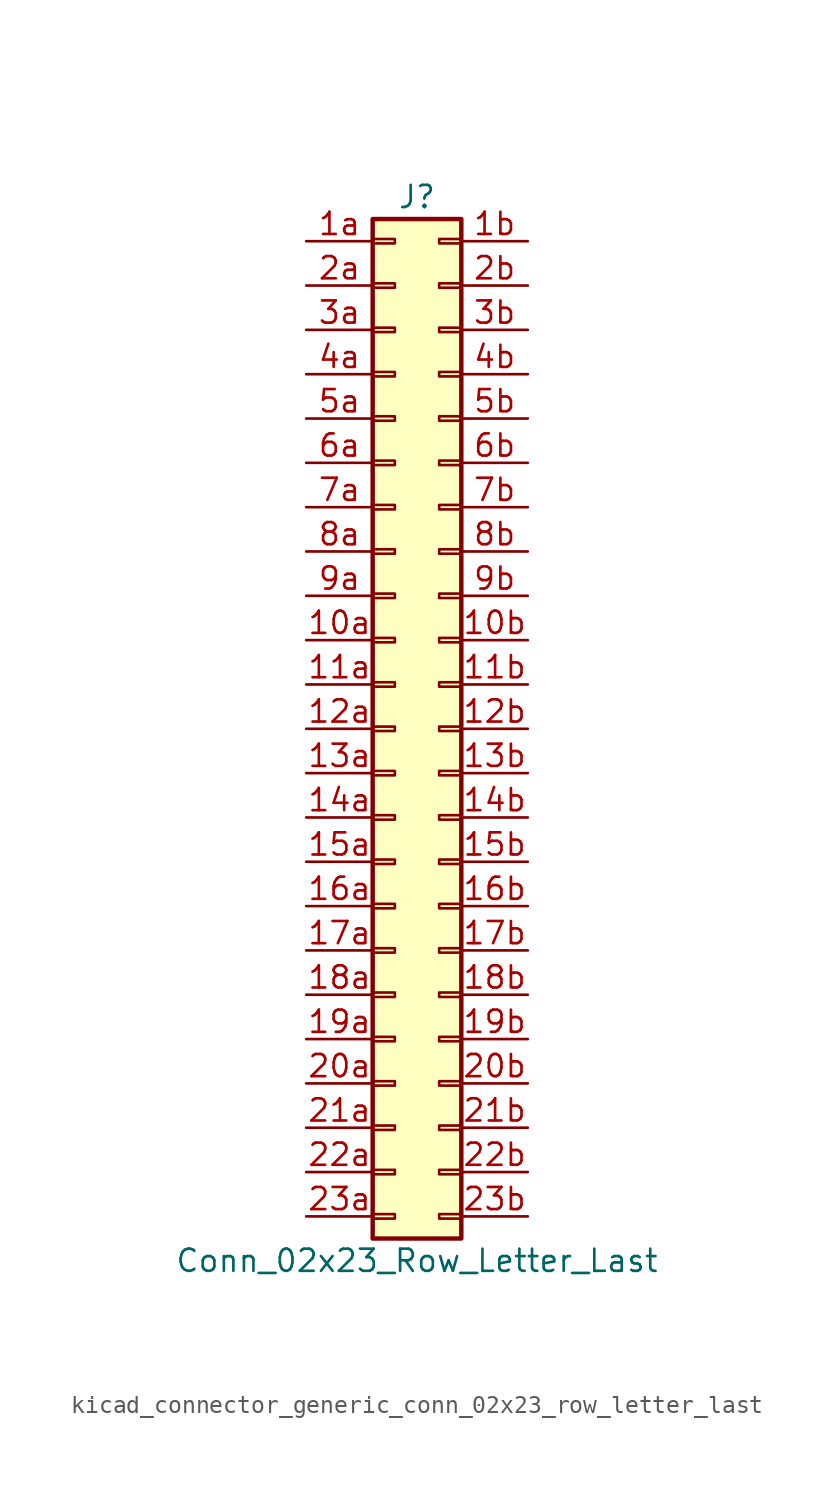
<source format=kicad_sym>
(kicad_symbol_lib
  (version 20220914)
  (generator kicad_symbol_editor)
  (symbol "kicad_connector_generic_conn_02x23_row_letter_last"
    (pin_names
      (offset 1.016) hide)
    (property "Reference" "J"
      (at 1.27 30.48 0)
      (effects (font (size 1.27 1.27))))
    (property "Value" "Conn_02x23_Row_Letter_Last"
      (at 1.27 -30.48 0)
      (effects (font (size 1.27 1.27))))
    (symbol "kicad_connector_generic_conn_02x23_row_letter_last_1_1"
      (rectangle (start -1.27 -27.813) (end 0 -28.067) (stroke (width 0.152) (type default)) (fill (type none)))
      (rectangle (start -1.27 -25.273) (end 0 -25.527) (stroke (width 0.152) (type default)) (fill (type none)))
      (rectangle (start -1.27 -22.733) (end 0 -22.987) (stroke (width 0.152) (type default)) (fill (type none)))
      (rectangle (start -1.27 -20.193) (end 0 -20.447) (stroke (width 0.152) (type default)) (fill (type none)))
      (rectangle (start -1.27 -17.653) (end 0 -17.907) (stroke (width 0.152) (type default)) (fill (type none)))
      (rectangle (start -1.27 -15.113) (end 0 -15.367) (stroke (width 0.152) (type default)) (fill (type none)))
      (rectangle (start -1.27 -12.573) (end 0 -12.827) (stroke (width 0.152) (type default)) (fill (type none)))
      (rectangle (start -1.27 -10.033) (end 0 -10.287) (stroke (width 0.152) (type default)) (fill (type none)))
      (rectangle (start -1.27 -7.493) (end 0 -7.747) (stroke (width 0.152) (type default)) (fill (type none)))
      (rectangle (start -1.27 -4.953) (end 0 -5.207) (stroke (width 0.152) (type default)) (fill (type none)))
      (rectangle (start -1.27 -2.413) (end 0 -2.667) (stroke (width 0.152) (type default)) (fill (type none)))
      (rectangle (start -1.27 0.127) (end 0 -0.127) (stroke (width 0.152) (type default)) (fill (type none)))
      (rectangle (start -1.27 2.667) (end 0 2.413) (stroke (width 0.152) (type default)) (fill (type none)))
      (rectangle (start -1.27 5.207) (end 0 4.953) (stroke (width 0.152) (type default)) (fill (type none)))
      (rectangle (start -1.27 7.747) (end 0 7.493) (stroke (width 0.152) (type default)) (fill (type none)))
      (rectangle (start -1.27 10.287) (end 0 10.033) (stroke (width 0.152) (type default)) (fill (type none)))
      (rectangle (start -1.27 12.827) (end 0 12.573) (stroke (width 0.152) (type default)) (fill (type none)))
      (rectangle (start -1.27 15.367) (end 0 15.113) (stroke (width 0.152) (type default)) (fill (type none)))
      (rectangle (start -1.27 17.907) (end 0 17.653) (stroke (width 0.152) (type default)) (fill (type none)))
      (rectangle (start -1.27 20.447) (end 0 20.193) (stroke (width 0.152) (type default)) (fill (type none)))
      (rectangle (start -1.27 22.987) (end 0 22.733) (stroke (width 0.152) (type default)) (fill (type none)))
      (rectangle (start -1.27 25.527) (end 0 25.273) (stroke (width 0.152) (type default)) (fill (type none)))
      (rectangle (start -1.27 28.067) (end 0 27.813) (stroke (width 0.152) (type default)) (fill (type none)))
      (rectangle (start -1.27 29.21) (end 3.81 -29.21) (stroke (width 0.254) (type default)) (fill (type background)))
      (rectangle (start 3.81 -27.813) (end 2.54 -28.067) (stroke (width 0.152) (type default)) (fill (type none)))
      (rectangle (start 3.81 -25.273) (end 2.54 -25.527) (stroke (width 0.152) (type default)) (fill (type none)))
      (rectangle (start 3.81 -22.733) (end 2.54 -22.987) (stroke (width 0.152) (type default)) (fill (type none)))
      (rectangle (start 3.81 -20.193) (end 2.54 -20.447) (stroke (width 0.152) (type default)) (fill (type none)))
      (rectangle (start 3.81 -17.653) (end 2.54 -17.907) (stroke (width 0.152) (type default)) (fill (type none)))
      (rectangle (start 3.81 -15.113) (end 2.54 -15.367) (stroke (width 0.152) (type default)) (fill (type none)))
      (rectangle (start 3.81 -12.573) (end 2.54 -12.827) (stroke (width 0.152) (type default)) (fill (type none)))
      (rectangle (start 3.81 -10.033) (end 2.54 -10.287) (stroke (width 0.152) (type default)) (fill (type none)))
      (rectangle (start 3.81 -7.493) (end 2.54 -7.747) (stroke (width 0.152) (type default)) (fill (type none)))
      (rectangle (start 3.81 -4.953) (end 2.54 -5.207) (stroke (width 0.152) (type default)) (fill (type none)))
      (rectangle (start 3.81 -2.413) (end 2.54 -2.667) (stroke (width 0.152) (type default)) (fill (type none)))
      (rectangle (start 3.81 0.127) (end 2.54 -0.127) (stroke (width 0.152) (type default)) (fill (type none)))
      (rectangle (start 3.81 2.667) (end 2.54 2.413) (stroke (width 0.152) (type default)) (fill (type none)))
      (rectangle (start 3.81 5.207) (end 2.54 4.953) (stroke (width 0.152) (type default)) (fill (type none)))
      (rectangle (start 3.81 7.747) (end 2.54 7.493) (stroke (width 0.152) (type default)) (fill (type none)))
      (rectangle (start 3.81 10.287) (end 2.54 10.033) (stroke (width 0.152) (type default)) (fill (type none)))
      (rectangle (start 3.81 12.827) (end 2.54 12.573) (stroke (width 0.152) (type default)) (fill (type none)))
      (rectangle (start 3.81 15.367) (end 2.54 15.113) (stroke (width 0.152) (type default)) (fill (type none)))
      (rectangle (start 3.81 17.907) (end 2.54 17.653) (stroke (width 0.152) (type default)) (fill (type none)))
      (rectangle (start 3.81 20.447) (end 2.54 20.193) (stroke (width 0.152) (type default)) (fill (type none)))
      (rectangle (start 3.81 22.987) (end 2.54 22.733) (stroke (width 0.152) (type default)) (fill (type none)))
      (rectangle (start 3.81 25.527) (end 2.54 25.273) (stroke (width 0.152) (type default)) (fill (type none)))
      (rectangle (start 3.81 28.067) (end 2.54 27.813) (stroke (width 0.152) (type default)) (fill (type none)))
      (pin passive line (at -5.08 5.08 0) (length 3.81) (name "Pin_10a" (effects (font (size 1.27 1.27)))) (number "10a" (effects (font (size 1.27 1.27)))))
      (pin passive line (at 7.62 5.08 180) (length 3.81) (name "Pin_10b" (effects (font (size 1.27 1.27)))) (number "10b" (effects (font (size 1.27 1.27)))))
      (pin passive line (at -5.08 2.54 0) (length 3.81) (name "Pin_11a" (effects (font (size 1.27 1.27)))) (number "11a" (effects (font (size 1.27 1.27)))))
      (pin passive line (at 7.62 2.54 180) (length 3.81) (name "Pin_11b" (effects (font (size 1.27 1.27)))) (number "11b" (effects (font (size 1.27 1.27)))))
      (pin passive line (at -5.08 0 0) (length 3.81) (name "Pin_12a" (effects (font (size 1.27 1.27)))) (number "12a" (effects (font (size 1.27 1.27)))))
      (pin passive line (at 7.62 0 180) (length 3.81) (name "Pin_12b" (effects (font (size 1.27 1.27)))) (number "12b" (effects (font (size 1.27 1.27)))))
      (pin passive line (at -5.08 -2.54 0) (length 3.81) (name "Pin_13a" (effects (font (size 1.27 1.27)))) (number "13a" (effects (font (size 1.27 1.27)))))
      (pin passive line (at 7.62 -2.54 180) (length 3.81) (name "Pin_13b" (effects (font (size 1.27 1.27)))) (number "13b" (effects (font (size 1.27 1.27)))))
      (pin passive line (at -5.08 -5.08 0) (length 3.81) (name "Pin_14a" (effects (font (size 1.27 1.27)))) (number "14a" (effects (font (size 1.27 1.27)))))
      (pin passive line (at 7.62 -5.08 180) (length 3.81) (name "Pin_14b" (effects (font (size 1.27 1.27)))) (number "14b" (effects (font (size 1.27 1.27)))))
      (pin passive line (at -5.08 -7.62 0) (length 3.81) (name "Pin_15a" (effects (font (size 1.27 1.27)))) (number "15a" (effects (font (size 1.27 1.27)))))
      (pin passive line (at 7.62 -7.62 180) (length 3.81) (name "Pin_15b" (effects (font (size 1.27 1.27)))) (number "15b" (effects (font (size 1.27 1.27)))))
      (pin passive line (at -5.08 -10.16 0) (length 3.81) (name "Pin_16a" (effects (font (size 1.27 1.27)))) (number "16a" (effects (font (size 1.27 1.27)))))
      (pin passive line (at 7.62 -10.16 180) (length 3.81) (name "Pin_16b" (effects (font (size 1.27 1.27)))) (number "16b" (effects (font (size 1.27 1.27)))))
      (pin passive line (at -5.08 -12.7 0) (length 3.81) (name "Pin_17a" (effects (font (size 1.27 1.27)))) (number "17a" (effects (font (size 1.27 1.27)))))
      (pin passive line (at 7.62 -12.7 180) (length 3.81) (name "Pin_17b" (effects (font (size 1.27 1.27)))) (number "17b" (effects (font (size 1.27 1.27)))))
      (pin passive line (at -5.08 -15.24 0) (length 3.81) (name "Pin_18a" (effects (font (size 1.27 1.27)))) (number "18a" (effects (font (size 1.27 1.27)))))
      (pin passive line (at 7.62 -15.24 180) (length 3.81) (name "Pin_18b" (effects (font (size 1.27 1.27)))) (number "18b" (effects (font (size 1.27 1.27)))))
      (pin passive line (at -5.08 -17.78 0) (length 3.81) (name "Pin_19a" (effects (font (size 1.27 1.27)))) (number "19a" (effects (font (size 1.27 1.27)))))
      (pin passive line (at 7.62 -17.78 180) (length 3.81) (name "Pin_19b" (effects (font (size 1.27 1.27)))) (number "19b" (effects (font (size 1.27 1.27)))))
      (pin passive line (at -5.08 27.94 0) (length 3.81) (name "Pin_1a" (effects (font (size 1.27 1.27)))) (number "1a" (effects (font (size 1.27 1.27)))))
      (pin passive line (at 7.62 27.94 180) (length 3.81) (name "Pin_1b" (effects (font (size 1.27 1.27)))) (number "1b" (effects (font (size 1.27 1.27)))))
      (pin passive line (at -5.08 -20.32 0) (length 3.81) (name "Pin_20a" (effects (font (size 1.27 1.27)))) (number "20a" (effects (font (size 1.27 1.27)))))
      (pin passive line (at 7.62 -20.32 180) (length 3.81) (name "Pin_20b" (effects (font (size 1.27 1.27)))) (number "20b" (effects (font (size 1.27 1.27)))))
      (pin passive line (at -5.08 -22.86 0) (length 3.81) (name "Pin_21a" (effects (font (size 1.27 1.27)))) (number "21a" (effects (font (size 1.27 1.27)))))
      (pin passive line (at 7.62 -22.86 180) (length 3.81) (name "Pin_21b" (effects (font (size 1.27 1.27)))) (number "21b" (effects (font (size 1.27 1.27)))))
      (pin passive line (at -5.08 -25.4 0) (length 3.81) (name "Pin_22a" (effects (font (size 1.27 1.27)))) (number "22a" (effects (font (size 1.27 1.27)))))
      (pin passive line (at 7.62 -25.4 180) (length 3.81) (name "Pin_22b" (effects (font (size 1.27 1.27)))) (number "22b" (effects (font (size 1.27 1.27)))))
      (pin passive line (at -5.08 -27.94 0) (length 3.81) (name "Pin_23a" (effects (font (size 1.27 1.27)))) (number "23a" (effects (font (size 1.27 1.27)))))
      (pin passive line (at 7.62 -27.94 180) (length 3.81) (name "Pin_23b" (effects (font (size 1.27 1.27)))) (number "23b" (effects (font (size 1.27 1.27)))))
      (pin passive line (at -5.08 25.4 0) (length 3.81) (name "Pin_2a" (effects (font (size 1.27 1.27)))) (number "2a" (effects (font (size 1.27 1.27)))))
      (pin passive line (at 7.62 25.4 180) (length 3.81) (name "Pin_2b" (effects (font (size 1.27 1.27)))) (number "2b" (effects (font (size 1.27 1.27)))))
      (pin passive line (at -5.08 22.86 0) (length 3.81) (name "Pin_3a" (effects (font (size 1.27 1.27)))) (number "3a" (effects (font (size 1.27 1.27)))))
      (pin passive line (at 7.62 22.86 180) (length 3.81) (name "Pin_3b" (effects (font (size 1.27 1.27)))) (number "3b" (effects (font (size 1.27 1.27)))))
      (pin passive line (at -5.08 20.32 0) (length 3.81) (name "Pin_4a" (effects (font (size 1.27 1.27)))) (number "4a" (effects (font (size 1.27 1.27)))))
      (pin passive line (at 7.62 20.32 180) (length 3.81) (name "Pin_4b" (effects (font (size 1.27 1.27)))) (number "4b" (effects (font (size 1.27 1.27)))))
      (pin passive line (at -5.08 17.78 0) (length 3.81) (name "Pin_5a" (effects (font (size 1.27 1.27)))) (number "5a" (effects (font (size 1.27 1.27)))))
      (pin passive line (at 7.62 17.78 180) (length 3.81) (name "Pin_5b" (effects (font (size 1.27 1.27)))) (number "5b" (effects (font (size 1.27 1.27)))))
      (pin passive line (at -5.08 15.24 0) (length 3.81) (name "Pin_6a" (effects (font (size 1.27 1.27)))) (number "6a" (effects (font (size 1.27 1.27)))))
      (pin passive line (at 7.62 15.24 180) (length 3.81) (name "Pin_6b" (effects (font (size 1.27 1.27)))) (number "6b" (effects (font (size 1.27 1.27)))))
      (pin passive line (at -5.08 12.7 0) (length 3.81) (name "Pin_7a" (effects (font (size 1.27 1.27)))) (number "7a" (effects (font (size 1.27 1.27)))))
      (pin passive line (at 7.62 12.7 180) (length 3.81) (name "Pin_7b" (effects (font (size 1.27 1.27)))) (number "7b" (effects (font (size 1.27 1.27)))))
      (pin passive line (at -5.08 10.16 0) (length 3.81) (name "Pin_8a" (effects (font (size 1.27 1.27)))) (number "8a" (effects (font (size 1.27 1.27)))))
      (pin passive line (at 7.62 10.16 180) (length 3.81) (name "Pin_8b" (effects (font (size 1.27 1.27)))) (number "8b" (effects (font (size 1.27 1.27)))))
      (pin passive line (at -5.08 7.62 0) (length 3.81) (name "Pin_9a" (effects (font (size 1.27 1.27)))) (number "9a" (effects (font (size 1.27 1.27)))))
      (pin passive line (at 7.62 7.62 180) (length 3.81) (name "Pin_9b" (effects (font (size 1.27 1.27)))) (number "9b" (effects (font (size 1.27 1.27))))))))
</source>
